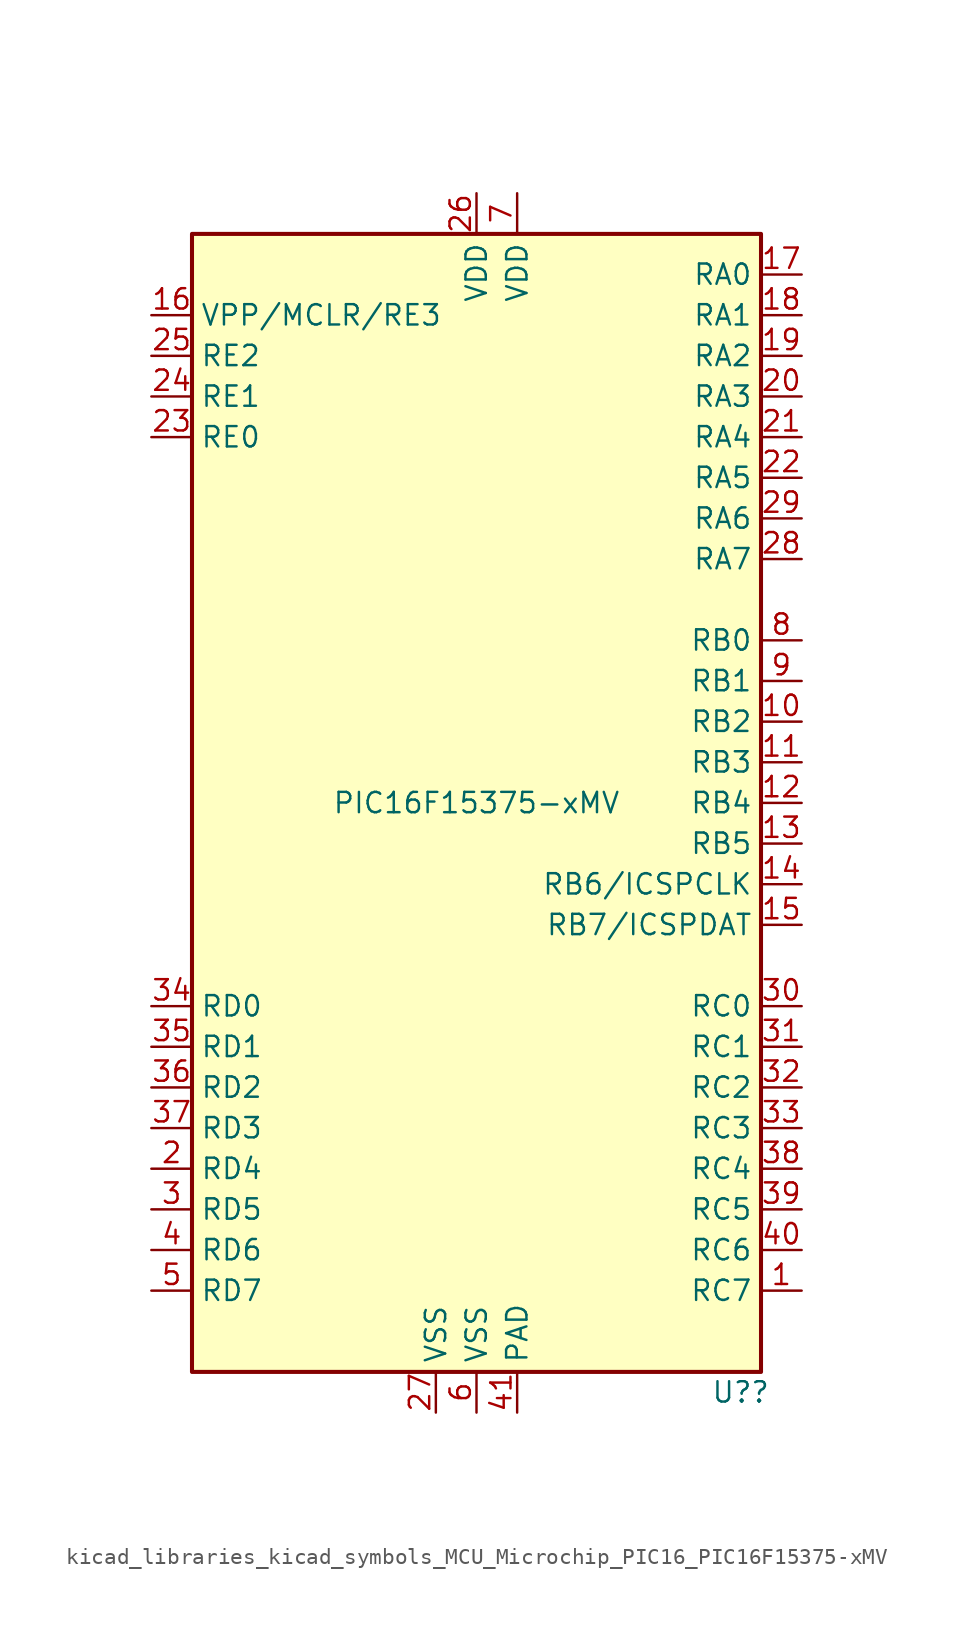
<source format=kicad_sym>
(kicad_symbol_lib
  (version 20220914)
  (generator kicad_symbol_editor)
  (symbol "kicad_libraries_kicad_symbols_MCU_Microchip_PIC16_PIC16F15375-xMV"
    (property "Reference" "U?"
      (at 16.51 -36.83 0)
      (effects (font (size 1.27 1.27))))
    (property "Value" "PIC16F15375-xMV"
      (at 0 0 0)
      (effects (font (size 1.27 1.27))))
    (symbol "kicad_libraries_kicad_symbols_MCU_Microchip_PIC16_PIC16F15375-xMV_0_0"
      (pin power_in line (at 2.54 -38.1 90) (length 2.54) (name "PAD" (effects (font (size 1.27 1.27)))) (number "41" (effects (font (size 1.27 1.27))))))
    (symbol "kicad_libraries_kicad_symbols_MCU_Microchip_PIC16_PIC16F15375-xMV_0_1"
      (rectangle (start -17.78 35.56) (end 17.78 -35.56) (stroke (width 0.254) (type default)) (fill (type background))))
    (symbol "kicad_libraries_kicad_symbols_MCU_Microchip_PIC16_PIC16F15375-xMV_1_1"
      (pin bidirectional line (at 20.32 -30.48 180) (length 2.54) (name "RC7" (effects (font (size 1.27 1.27)))) (number "1" (effects (font (size 1.27 1.27)))))
      (pin bidirectional line (at 20.32 5.08 180) (length 2.54) (name "RB2" (effects (font (size 1.27 1.27)))) (number "10" (effects (font (size 1.27 1.27)))))
      (pin bidirectional line (at 20.32 2.54 180) (length 2.54) (name "RB3" (effects (font (size 1.27 1.27)))) (number "11" (effects (font (size 1.27 1.27)))))
      (pin bidirectional line (at 20.32 0 180) (length 2.54) (name "RB4" (effects (font (size 1.27 1.27)))) (number "12" (effects (font (size 1.27 1.27)))))
      (pin bidirectional line (at 20.32 -2.54 180) (length 2.54) (name "RB5" (effects (font (size 1.27 1.27)))) (number "13" (effects (font (size 1.27 1.27)))))
      (pin bidirectional line (at 20.32 -5.08 180) (length 2.54) (name "RB6/ICSPCLK" (effects (font (size 1.27 1.27)))) (number "14" (effects (font (size 1.27 1.27)))))
      (pin bidirectional line (at 20.32 -7.62 180) (length 2.54) (name "RB7/ICSPDAT" (effects (font (size 1.27 1.27)))) (number "15" (effects (font (size 1.27 1.27)))))
      (pin bidirectional line (at -20.32 30.48 0) (length 2.54) (name "VPP/MCLR/RE3" (effects (font (size 1.27 1.27)))) (number "16" (effects (font (size 1.27 1.27)))))
      (pin bidirectional line (at 20.32 33.02 180) (length 2.54) (name "RA0" (effects (font (size 1.27 1.27)))) (number "17" (effects (font (size 1.27 1.27)))))
      (pin bidirectional line (at 20.32 30.48 180) (length 2.54) (name "RA1" (effects (font (size 1.27 1.27)))) (number "18" (effects (font (size 1.27 1.27)))))
      (pin bidirectional line (at 20.32 27.94 180) (length 2.54) (name "RA2" (effects (font (size 1.27 1.27)))) (number "19" (effects (font (size 1.27 1.27)))))
      (pin bidirectional line (at -20.32 -22.86 0) (length 2.54) (name "RD4" (effects (font (size 1.27 1.27)))) (number "2" (effects (font (size 1.27 1.27)))))
      (pin bidirectional line (at 20.32 25.4 180) (length 2.54) (name "RA3" (effects (font (size 1.27 1.27)))) (number "20" (effects (font (size 1.27 1.27)))))
      (pin bidirectional line (at 20.32 22.86 180) (length 2.54) (name "RA4" (effects (font (size 1.27 1.27)))) (number "21" (effects (font (size 1.27 1.27)))))
      (pin bidirectional line (at 20.32 20.32 180) (length 2.54) (name "RA5" (effects (font (size 1.27 1.27)))) (number "22" (effects (font (size 1.27 1.27)))))
      (pin bidirectional line (at -20.32 22.86 0) (length 2.54) (name "RE0" (effects (font (size 1.27 1.27)))) (number "23" (effects (font (size 1.27 1.27)))))
      (pin bidirectional line (at -20.32 25.4 0) (length 2.54) (name "RE1" (effects (font (size 1.27 1.27)))) (number "24" (effects (font (size 1.27 1.27)))))
      (pin bidirectional line (at -20.32 27.94 0) (length 2.54) (name "RE2" (effects (font (size 1.27 1.27)))) (number "25" (effects (font (size 1.27 1.27)))))
      (pin power_in line (at 0 38.1 270) (length 2.54) (name "VDD" (effects (font (size 1.27 1.27)))) (number "26" (effects (font (size 1.27 1.27)))))
      (pin power_in line (at -2.54 -38.1 90) (length 2.54) (name "VSS" (effects (font (size 1.27 1.27)))) (number "27" (effects (font (size 1.27 1.27)))))
      (pin bidirectional line (at 20.32 15.24 180) (length 2.54) (name "RA7" (effects (font (size 1.27 1.27)))) (number "28" (effects (font (size 1.27 1.27)))))
      (pin bidirectional line (at 20.32 17.78 180) (length 2.54) (name "RA6" (effects (font (size 1.27 1.27)))) (number "29" (effects (font (size 1.27 1.27)))))
      (pin bidirectional line (at -20.32 -25.4 0) (length 2.54) (name "RD5" (effects (font (size 1.27 1.27)))) (number "3" (effects (font (size 1.27 1.27)))))
      (pin bidirectional line (at 20.32 -12.7 180) (length 2.54) (name "RC0" (effects (font (size 1.27 1.27)))) (number "30" (effects (font (size 1.27 1.27)))))
      (pin bidirectional line (at 20.32 -15.24 180) (length 2.54) (name "RC1" (effects (font (size 1.27 1.27)))) (number "31" (effects (font (size 1.27 1.27)))))
      (pin bidirectional line (at 20.32 -17.78 180) (length 2.54) (name "RC2" (effects (font (size 1.27 1.27)))) (number "32" (effects (font (size 1.27 1.27)))))
      (pin bidirectional line (at 20.32 -20.32 180) (length 2.54) (name "RC3" (effects (font (size 1.27 1.27)))) (number "33" (effects (font (size 1.27 1.27)))))
      (pin bidirectional line (at -20.32 -12.7 0) (length 2.54) (name "RD0" (effects (font (size 1.27 1.27)))) (number "34" (effects (font (size 1.27 1.27)))))
      (pin bidirectional line (at -20.32 -15.24 0) (length 2.54) (name "RD1" (effects (font (size 1.27 1.27)))) (number "35" (effects (font (size 1.27 1.27)))))
      (pin bidirectional line (at -20.32 -17.78 0) (length 2.54) (name "RD2" (effects (font (size 1.27 1.27)))) (number "36" (effects (font (size 1.27 1.27)))))
      (pin bidirectional line (at -20.32 -20.32 0) (length 2.54) (name "RD3" (effects (font (size 1.27 1.27)))) (number "37" (effects (font (size 1.27 1.27)))))
      (pin bidirectional line (at 20.32 -22.86 180) (length 2.54) (name "RC4" (effects (font (size 1.27 1.27)))) (number "38" (effects (font (size 1.27 1.27)))))
      (pin bidirectional line (at 20.32 -25.4 180) (length 2.54) (name "RC5" (effects (font (size 1.27 1.27)))) (number "39" (effects (font (size 1.27 1.27)))))
      (pin bidirectional line (at -20.32 -27.94 0) (length 2.54) (name "RD6" (effects (font (size 1.27 1.27)))) (number "4" (effects (font (size 1.27 1.27)))))
      (pin bidirectional line (at 20.32 -27.94 180) (length 2.54) (name "RC6" (effects (font (size 1.27 1.27)))) (number "40" (effects (font (size 1.27 1.27)))))
      (pin bidirectional line (at -20.32 -30.48 0) (length 2.54) (name "RD7" (effects (font (size 1.27 1.27)))) (number "5" (effects (font (size 1.27 1.27)))))
      (pin power_in line (at 0 -38.1 90) (length 2.54) (name "VSS" (effects (font (size 1.27 1.27)))) (number "6" (effects (font (size 1.27 1.27)))))
      (pin power_in line (at 2.54 38.1 270) (length 2.54) (name "VDD" (effects (font (size 1.27 1.27)))) (number "7" (effects (font (size 1.27 1.27)))))
      (pin bidirectional line (at 20.32 10.16 180) (length 2.54) (name "RB0" (effects (font (size 1.27 1.27)))) (number "8" (effects (font (size 1.27 1.27)))))
      (pin bidirectional line (at 20.32 7.62 180) (length 2.54) (name "RB1" (effects (font (size 1.27 1.27)))) (number "9" (effects (font (size 1.27 1.27))))))))
</source>
